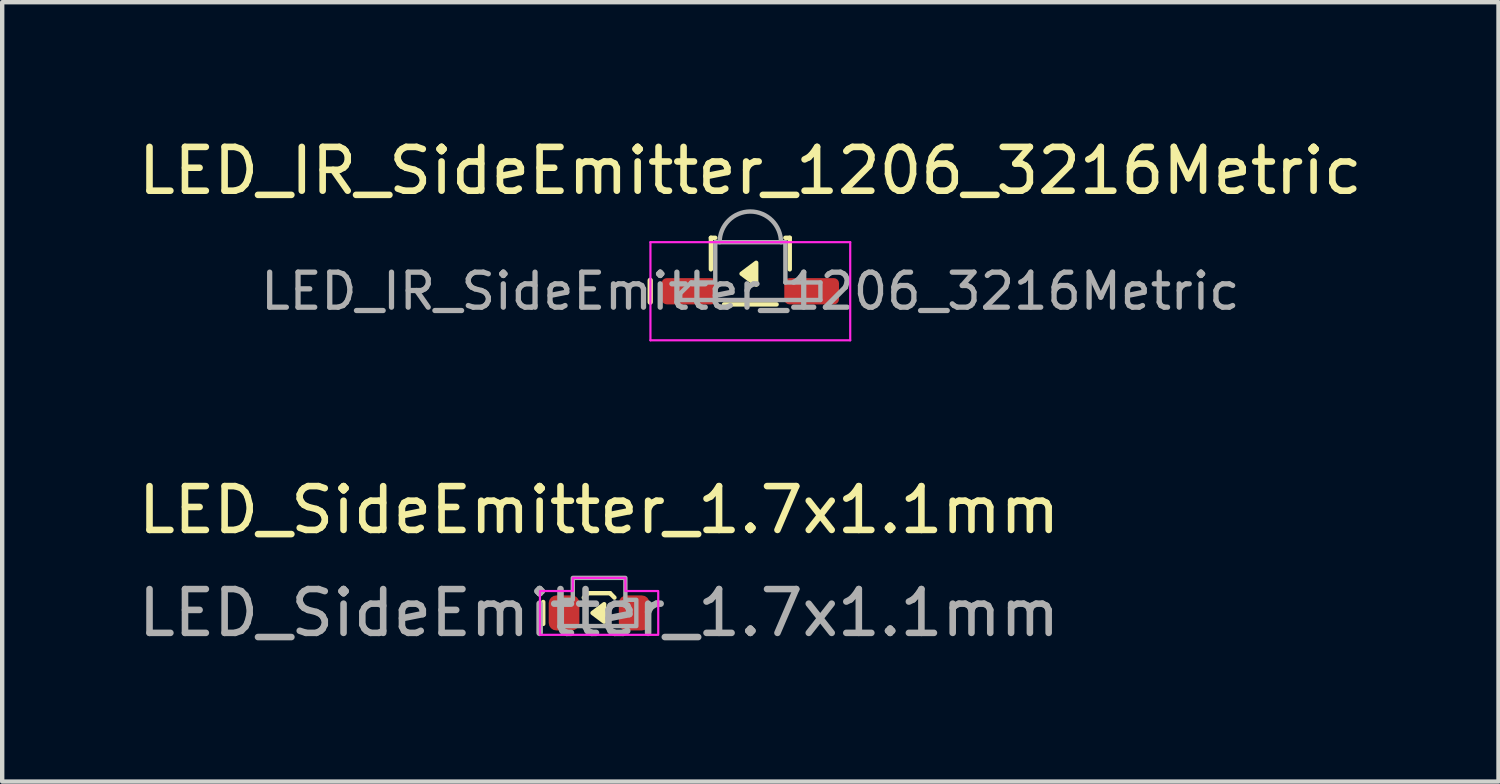
<source format=kicad_pcb>
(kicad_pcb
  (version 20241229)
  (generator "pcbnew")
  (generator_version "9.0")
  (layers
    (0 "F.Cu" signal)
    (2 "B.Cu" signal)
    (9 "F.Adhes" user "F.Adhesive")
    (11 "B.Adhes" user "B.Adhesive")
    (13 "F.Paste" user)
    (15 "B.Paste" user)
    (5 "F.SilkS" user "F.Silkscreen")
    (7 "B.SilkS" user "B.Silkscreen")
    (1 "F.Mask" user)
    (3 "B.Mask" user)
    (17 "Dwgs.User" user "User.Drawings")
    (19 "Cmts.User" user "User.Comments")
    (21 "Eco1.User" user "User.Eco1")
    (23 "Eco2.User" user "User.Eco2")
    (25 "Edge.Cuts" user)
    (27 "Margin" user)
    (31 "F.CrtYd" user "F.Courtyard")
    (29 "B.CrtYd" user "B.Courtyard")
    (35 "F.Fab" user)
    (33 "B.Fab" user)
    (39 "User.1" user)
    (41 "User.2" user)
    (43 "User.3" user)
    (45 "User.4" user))
  (footprint "LED_IR_SideEmitter_1206_3216Metric"
    (layer "F.Cu")
    (at 14.077 3.598)
    (property "Reference" "LED_IR_SideEmitter_1206_3216Metric" (at 0 -2.75 0) (layer "F.SilkS") (effects (font (size 1 1) (thickness 0.15))))
    (attr smd)
    (fp_line (start -2.285 -0.25) (end -2.285 0.25) (stroke (width 0.12) (type solid)) (layer "F.SilkS"))
    (fp_line (start -0.9 -1.22) (end -0.9 -0.5) (stroke (width 0.1) (type default)) (layer "F.SilkS"))
    (fp_line (start -0.9 -1.22) (end -0.8 -1.22) (stroke (width 0.1) (type default)) (layer "F.SilkS"))
    (fp_line (start -0.6 0.3) (end 0.6 0.3) (stroke (width 0.1) (type default)) (layer "F.SilkS"))
    (fp_line (start 0.8 -1.22) (end 0.9 -1.22) (stroke (width 0.1) (type default)) (layer "F.SilkS"))
    (fp_line (start 0.9 -0.5) (end 0.9 -1.22) (stroke (width 0.1) (type default)) (layer "F.SilkS"))
    (fp_poly (pts (xy 0.134 -0.65) (xy 0.134 -0.15) (xy -0.2 -0.4)) (stroke (width 0.1) (type solid)) (fill yes) (layer "F.SilkS"))
    (fp_line (start -2.28 -1.12) (end 2.28 -1.12) (stroke (width 0.05) (type solid)) (layer "F.CrtYd"))
    (fp_line (start -2.28 1.12) (end -2.28 -1.12) (stroke (width 0.05) (type solid)) (layer "F.CrtYd"))
    (fp_line (start 2.28 -1.12) (end 2.28 1.12) (stroke (width 0.05) (type solid)) (layer "F.CrtYd"))
    (fp_line (start 2.28 1.12) (end -2.28 1.12) (stroke (width 0.05) (type solid)) (layer "F.CrtYd"))
    (fp_line (start -1.6 0.05) (end -1.6 0.2) (stroke (width 0.1) (type default)) (layer "F.Fab"))
    (fp_line (start -1.6 0.2) (end 1.6 0.2) (stroke (width 0.1) (type default)) (layer "F.Fab"))
    (fp_line (start -1.35 -0.2) (end -1.6 0.05) (stroke (width 0.1) (type default)) (layer "F.Fab"))
    (fp_line (start -0.8 -1.12) (end -0.8 -0.2) (stroke (width 0.1) (type default)) (layer "F.Fab"))
    (fp_line (start -0.8 -1.12) (end 0.8 -1.12) (stroke (width 0.1) (type default)) (layer "F.Fab"))
    (fp_line (start -0.8 -0.2) (end -1.35 -0.2) (stroke (width 0.1) (type default)) (layer "F.Fab"))
    (fp_line (start 0.8 -0.2) (end 0.8 -1.12) (stroke (width 0.1) (type default)) (layer "F.Fab"))
    (fp_line (start 1.6 -0.2) (end 0.8 -0.2) (stroke (width 0.1) (type default)) (layer "F.Fab"))
    (fp_line (start 1.6 0.2) (end 1.6 -0.2) (stroke (width 0.1) (type default)) (layer "F.Fab"))
    (fp_arc (start -0.7 -1.12) (mid 0 -1.82) (end 0.7 -1.12) (stroke (width 0.1) (type default)) (layer "F.Fab"))
    (fp_text user "${REFERENCE}" (at 0 0 0) (layer "F.Fab") (effects (font (size 0.8 0.8) (thickness 0.12))))
    (pad "1" smd roundrect (at -1.4 0) (size 1.25 0.6) (layers "F.Cu" "F.Mask" "F.Paste") (roundrect_rratio 0.2))
    (pad "2" smd roundrect (at 1.4 0) (size 1.25 0.6) (layers "F.Cu" "F.Mask" "F.Paste") (roundrect_rratio 0.2)))
  (footprint "LED_SideEmitter_1.7x1.1mm"
    (layer "F.Cu")
    (at 10.625 10.941)
    (property "Reference" "LED_SideEmitter_1.7x1.1mm" (at 0 -2.35 0) (layer "F.SilkS") (effects (font (size 1 1) (thickness 0.15))))
    (attr smd)
    (fp_line (start -1.275 -0.25) (end -1.275 0.25) (stroke (width 0.1) (type default)) (layer "F.SilkS"))
    (fp_line (start -0.35 -0.35) (end -0.25 -0.45) (stroke (width 0.1) (type default)) (layer "F.SilkS"))
    (fp_line (start -0.25 -0.45) (end 0.25 -0.45) (stroke (width 0.1) (type default)) (layer "F.SilkS"))
    (fp_line (start 0.25 -0.45) (end 0.35 -0.35) (stroke (width 0.1) (type default)) (layer "F.SilkS"))
    (fp_poly (pts (xy 0.116 -0.2) (xy 0.116 0.2) (xy -0.15 0)) (stroke (width 0.1) (type solid)) (fill yes) (layer "F.SilkS"))
    (fp_poly (pts (xy -1.35 -0.5) (xy -0.6 -0.5) (xy -0.6 -0.8) (xy 0.6 -0.8) (xy 0.6 -0.5) (xy 1.35 -0.5) (xy 1.35 0.5) (xy -1.35 0.5)) (stroke (width 0.05) (type solid)) (fill no) (layer "F.CrtYd"))
    (fp_poly (pts (xy -0.85 0.3) (xy 0.85 0.3) (xy 0.85 -0.3) (xy 0.6 -0.3) (xy 0.6 -0.8) (xy -0.6 -0.8) (xy -0.6 -0.3) (xy -0.85 -0.3)) (stroke (width 0.1) (type solid)) (fill no) (layer "F.Fab"))
    (fp_text user "${REFERENCE}" (at 0 0 0) (layer "F.Fab") (effects (font (size 1 1) (thickness 0.15))))
    (pad "1" smd roundrect (at -0.8 0 90) (size 0.8 0.7) (layers "F.Cu" "F.Mask" "F.Paste") (roundrect_rratio 0.25))
    (pad "2" smd roundrect (at 0.8 0 90) (size 0.8 0.7) (layers "F.Cu" "F.Mask" "F.Paste") (roundrect_rratio 0.25)))
  (gr_rect
    (start -3 -3)
    (end 31.155 14.79)
    (stroke (width 0.1) (type default))
    (fill no)
    (layer "Edge.Cuts")))
</source>
